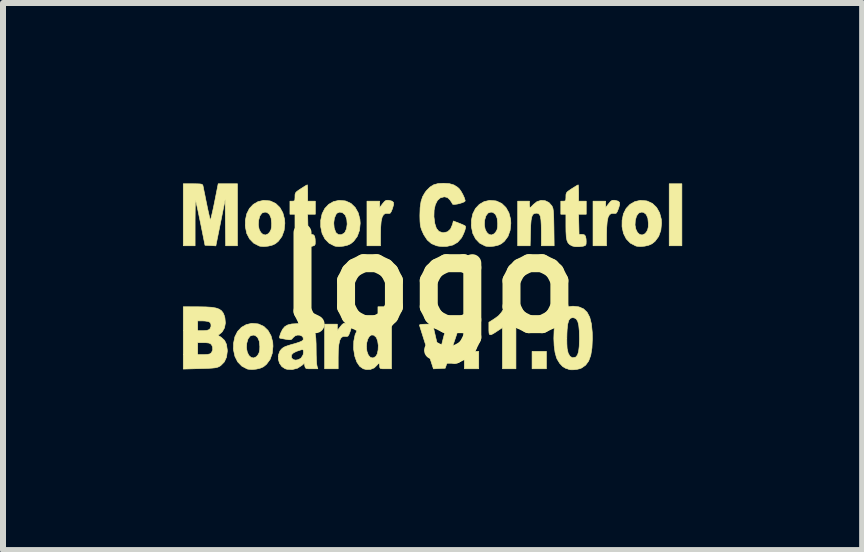
<source format=kicad_pcb>
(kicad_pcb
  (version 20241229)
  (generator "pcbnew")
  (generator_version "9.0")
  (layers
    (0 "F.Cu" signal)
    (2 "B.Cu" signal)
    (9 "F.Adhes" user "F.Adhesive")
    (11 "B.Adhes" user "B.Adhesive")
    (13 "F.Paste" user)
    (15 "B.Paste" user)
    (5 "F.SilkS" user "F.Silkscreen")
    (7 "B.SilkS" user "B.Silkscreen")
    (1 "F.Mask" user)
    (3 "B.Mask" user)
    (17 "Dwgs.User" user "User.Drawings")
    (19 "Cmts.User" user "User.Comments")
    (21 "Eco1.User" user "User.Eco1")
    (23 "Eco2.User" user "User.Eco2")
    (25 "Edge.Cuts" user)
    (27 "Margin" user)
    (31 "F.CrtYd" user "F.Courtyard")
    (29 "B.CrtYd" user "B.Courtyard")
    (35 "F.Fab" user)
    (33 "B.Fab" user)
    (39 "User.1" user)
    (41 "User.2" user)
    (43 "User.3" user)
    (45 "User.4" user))
  (footprint "logo"
    (layer "F.Cu")
    (at 4.097 1.664)
    (property "Reference" "logo" (at 0 0 0) (layer "F.SilkS") (effects (font (size 1.524 1.524) (thickness 0.3))))
    (attr through_hole)
    (fp_poly (pts (xy 0.833 1.433) (xy 0.593 1.433) (xy 0.593 1.143) (xy 0.833 1.143) (xy 0.833 1.433)) (stroke (width 0.01) (type solid)) (fill yes) (layer "F.SilkS"))
    (fp_poly (pts (xy 1.961 1.433) (xy 1.722 1.433) (xy 1.722 1.143) (xy 1.961 1.143) (xy 1.961 1.433)) (stroke (width 0.01) (type solid)) (fill yes) (layer "F.SilkS"))
    (fp_poly (pts (xy 4.219 -0.617) (xy 4.008 -0.617) (xy 4.008 -1.651) (xy 4.219 -1.651) (xy 4.219 -0.617)) (stroke (width 0.01) (type solid)) (fill yes) (layer "F.SilkS"))
    (fp_poly (pts (xy 1.453 1.433) (xy 1.228 1.433) (xy 1.228 0.747) (xy 1.135 0.809) (xy 1.076 0.847) (xy 1.038 0.866) (xy 1.016 0.864) (xy 1.005 0.841) (xy 1.002 0.794) (xy 1.002 0.764) (xy 1.002 0.658) (xy 1.095 0.599) (xy 1.163 0.549) (xy 1.212 0.493) (xy 1.232 0.461) (xy 1.275 0.381) (xy 1.453 0.381) (xy 1.453 1.433)) (stroke (width 0.01) (type solid)) (fill yes) (layer "F.SilkS"))
    (fp_poly (pts (xy -1.367 0.677) (xy -1.318 0.689) (xy -1.293 0.71) (xy -1.291 0.747) (xy -1.308 0.805) (xy -1.311 0.813) (xy -1.331 0.864) (xy -1.348 0.889) (xy -1.368 0.895) (xy -1.382 0.893) (xy -1.426 0.893) (xy -1.46 0.914) (xy -1.484 0.959) (xy -1.499 1.03) (xy -1.508 1.132) (xy -1.51 1.247) (xy -1.51 1.433) (xy -1.736 1.433) (xy -1.736 0.689) (xy -1.524 0.689) (xy -1.524 0.795) (xy -1.474 0.731) (xy -1.441 0.692) (xy -1.415 0.675) (xy -1.382 0.674) (xy -1.367 0.677)) (stroke (width 0.01) (type solid)) (fill yes) (layer "F.SilkS"))
    (fp_poly (pts (xy -0.661 -1.374) (xy -0.612 -1.361) (xy -0.588 -1.34) (xy -0.586 -1.303) (xy -0.603 -1.245) (xy -0.605 -1.237) (xy -0.626 -1.186) (xy -0.643 -1.161) (xy -0.663 -1.155) (xy -0.677 -1.157) (xy -0.721 -1.157) (xy -0.754 -1.136) (xy -0.778 -1.092) (xy -0.794 -1.02) (xy -0.802 -0.918) (xy -0.804 -0.803) (xy -0.804 -0.617) (xy -1.03 -0.617) (xy -1.03 -1.361) (xy -0.818 -1.361) (xy -0.818 -1.255) (xy -0.769 -1.319) (xy -0.736 -1.358) (xy -0.709 -1.375) (xy -0.677 -1.376) (xy -0.661 -1.374)) (stroke (width 0.01) (type solid)) (fill yes) (layer "F.SilkS"))
    (fp_poly (pts (xy 3.107 -1.374) (xy 3.156 -1.361) (xy 3.18 -1.34) (xy 3.182 -1.303) (xy 3.165 -1.245) (xy 3.162 -1.237) (xy 3.142 -1.186) (xy 3.125 -1.161) (xy 3.105 -1.155) (xy 3.091 -1.157) (xy 3.047 -1.157) (xy 3.013 -1.136) (xy 2.989 -1.092) (xy 2.974 -1.02) (xy 2.966 -0.918) (xy 2.963 -0.803) (xy 2.963 -0.617) (xy 2.738 -0.617) (xy 2.738 -1.361) (xy 2.949 -1.361) (xy 2.949 -1.255) (xy 2.999 -1.319) (xy 3.032 -1.358) (xy 3.059 -1.375) (xy 3.091 -1.376) (xy 3.107 -1.374)) (stroke (width 0.01) (type solid)) (fill yes) (layer "F.SilkS"))
    (fp_poly (pts (xy 0.119 0.925) (xy 0.14 1.011) (xy 0.157 1.083) (xy 0.17 1.135) (xy 0.177 1.16) (xy 0.178 1.161) (xy 0.183 1.145) (xy 0.196 1.1) (xy 0.214 1.034) (xy 0.235 0.952) (xy 0.242 0.925) (xy 0.303 0.689) (xy 0.521 0.689) (xy 0.477 0.821) (xy 0.455 0.889) (xy 0.425 0.978) (xy 0.391 1.079) (xy 0.357 1.179) (xy 0.354 1.188) (xy 0.274 1.424) (xy 0.176 1.429) (xy 0.078 1.434) (xy -0.039 1.075) (xy -0.073 0.968) (xy -0.103 0.873) (xy -0.128 0.794) (xy -0.146 0.737) (xy -0.155 0.706) (xy -0.155 0.703) (xy -0.142 0.696) (xy -0.108 0.692) (xy -0.059 0.69) (xy -0.045 0.689) (xy 0.065 0.689) (xy 0.119 0.925)) (stroke (width 0.01) (type solid)) (fill yes) (layer "F.SilkS"))
    (fp_poly (pts (xy 1.941 -1.368) (xy 2.003 -1.338) (xy 2.052 -1.282) (xy 2.063 -1.26) (xy 2.071 -1.235) (xy 2.076 -1.199) (xy 2.08 -1.147) (xy 2.083 -1.073) (xy 2.085 -0.971) (xy 2.086 -0.924) (xy 2.09 -0.617) (xy 1.877 -0.617) (xy 1.877 -0.849) (xy 1.875 -0.964) (xy 1.87 -1.048) (xy 1.861 -1.105) (xy 1.845 -1.14) (xy 1.822 -1.157) (xy 1.793 -1.161) (xy 1.76 -1.156) (xy 1.735 -1.138) (xy 1.718 -1.102) (xy 1.706 -1.044) (xy 1.699 -0.958) (xy 1.696 -0.852) (xy 1.69 -0.617) (xy 1.482 -0.617) (xy 1.482 -1.361) (xy 1.679 -1.361) (xy 1.679 -1.306) (xy 1.682 -1.268) (xy 1.688 -1.252) (xy 1.688 -1.252) (xy 1.703 -1.263) (xy 1.73 -1.29) (xy 1.744 -1.305) (xy 1.804 -1.353) (xy 1.872 -1.374) (xy 1.941 -1.368)) (stroke (width 0.01) (type solid)) (fill yes) (layer "F.SilkS"))
    (fp_poly (pts (xy -2.022 -1.616) (xy -2.019 -1.572) (xy -2.018 -1.509) (xy -2.018 -1.497) (xy -2.018 -1.361) (xy -1.891 -1.361) (xy -1.891 -1.143) (xy -2.019 -1.143) (xy -2.015 -0.975) (xy -2.011 -0.807) (xy -1.961 -0.807) (xy -1.924 -0.801) (xy -1.903 -0.778) (xy -1.894 -0.73) (xy -1.892 -0.687) (xy -1.893 -0.644) (xy -1.905 -0.623) (xy -1.936 -0.612) (xy -1.944 -0.61) (xy -2.012 -0.602) (xy -2.076 -0.603) (xy -2.124 -0.614) (xy -2.165 -0.636) (xy -2.194 -0.665) (xy -2.213 -0.708) (xy -2.224 -0.77) (xy -2.229 -0.858) (xy -2.23 -0.942) (xy -2.23 -1.143) (xy -2.314 -1.143) (xy -2.314 -1.361) (xy -2.272 -1.361) (xy -2.245 -1.364) (xy -2.233 -1.379) (xy -2.23 -1.418) (xy -2.23 -1.433) (xy -2.229 -1.47) (xy -2.222 -1.496) (xy -2.204 -1.518) (xy -2.171 -1.543) (xy -2.131 -1.569) (xy -2.084 -1.599) (xy -2.047 -1.622) (xy -2.027 -1.632) (xy -2.025 -1.633) (xy -2.022 -1.616)) (stroke (width 0.01) (type solid)) (fill yes) (layer "F.SilkS"))
    (fp_poly (pts (xy 2.494 -1.616) (xy 2.496 -1.572) (xy 2.498 -1.509) (xy 2.498 -1.497) (xy 2.498 -1.361) (xy 2.625 -1.361) (xy 2.625 -1.143) (xy 2.497 -1.143) (xy 2.501 -0.975) (xy 2.505 -0.807) (xy 2.554 -0.807) (xy 2.591 -0.801) (xy 2.612 -0.778) (xy 2.622 -0.73) (xy 2.624 -0.687) (xy 2.622 -0.644) (xy 2.61 -0.623) (xy 2.58 -0.612) (xy 2.572 -0.61) (xy 2.504 -0.602) (xy 2.439 -0.603) (xy 2.392 -0.614) (xy 2.351 -0.636) (xy 2.322 -0.665) (xy 2.303 -0.708) (xy 2.292 -0.77) (xy 2.287 -0.858) (xy 2.286 -0.942) (xy 2.286 -1.143) (xy 2.201 -1.143) (xy 2.201 -1.361) (xy 2.244 -1.361) (xy 2.271 -1.364) (xy 2.283 -1.379) (xy 2.286 -1.418) (xy 2.286 -1.433) (xy 2.287 -1.47) (xy 2.294 -1.496) (xy 2.311 -1.518) (xy 2.345 -1.543) (xy 2.384 -1.569) (xy 2.432 -1.599) (xy 2.469 -1.622) (xy 2.489 -1.632) (xy 2.49 -1.633) (xy 2.494 -1.616)) (stroke (width 0.01) (type solid)) (fill yes) (layer "F.SilkS"))
    (fp_poly (pts (xy -2.852 0.684) (xy -2.834 0.688) (xy -2.748 0.728) (xy -2.679 0.795) (xy -2.629 0.884) (xy -2.601 0.99) (xy -2.597 1.057) (xy -2.609 1.176) (xy -2.645 1.277) (xy -2.705 1.358) (xy -2.756 1.4) (xy -2.809 1.423) (xy -2.877 1.439) (xy -2.948 1.445) (xy -3.01 1.44) (xy -3.027 1.436) (xy -3.116 1.389) (xy -3.185 1.318) (xy -3.231 1.227) (xy -3.255 1.117) (xy -3.255 1.088) (xy -3.039 1.088) (xy -3.025 1.157) (xy -2.999 1.21) (xy -2.962 1.244) (xy -2.92 1.253) (xy -2.876 1.234) (xy -2.85 1.206) (xy -2.829 1.168) (xy -2.818 1.121) (xy -2.816 1.061) (xy -2.825 0.974) (xy -2.852 0.911) (xy -2.894 0.877) (xy -2.928 0.871) (xy -2.977 0.887) (xy -3.013 0.935) (xy -3.034 1.007) (xy -3.039 1.088) (xy -3.255 1.088) (xy -3.254 1.007) (xy -3.232 0.9) (xy -3.187 0.811) (xy -3.123 0.743) (xy -3.043 0.697) (xy -2.952 0.676) (xy -2.852 0.684)) (stroke (width 0.01) (type solid)) (fill yes) (layer "F.SilkS"))
    (fp_poly (pts (xy -2.654 -1.366) (xy -2.636 -1.362) (xy -2.551 -1.322) (xy -2.482 -1.255) (xy -2.432 -1.166) (xy -2.404 -1.06) (xy -2.399 -0.993) (xy -2.411 -0.874) (xy -2.448 -0.773) (xy -2.508 -0.692) (xy -2.558 -0.651) (xy -2.611 -0.627) (xy -2.679 -0.611) (xy -2.751 -0.605) (xy -2.813 -0.61) (xy -2.829 -0.615) (xy -2.918 -0.661) (xy -2.987 -0.732) (xy -3.034 -0.823) (xy -3.057 -0.933) (xy -3.057 -0.963) (xy -2.841 -0.963) (xy -2.828 -0.893) (xy -2.801 -0.84) (xy -2.764 -0.806) (xy -2.722 -0.797) (xy -2.678 -0.816) (xy -2.652 -0.844) (xy -2.631 -0.882) (xy -2.621 -0.929) (xy -2.619 -0.989) (xy -2.628 -1.077) (xy -2.654 -1.139) (xy -2.696 -1.173) (xy -2.731 -1.179) (xy -2.78 -1.163) (xy -2.815 -1.115) (xy -2.836 -1.043) (xy -2.841 -0.963) (xy -3.057 -0.963) (xy -3.057 -1.043) (xy -3.034 -1.15) (xy -2.989 -1.239) (xy -2.925 -1.307) (xy -2.846 -1.353) (xy -2.754 -1.374) (xy -2.654 -1.366)) (stroke (width 0.01) (type solid)) (fill yes) (layer "F.SilkS"))
    (fp_poly (pts (xy 1.113 -1.366) (xy 1.131 -1.362) (xy 1.217 -1.322) (xy 1.286 -1.255) (xy 1.336 -1.166) (xy 1.364 -1.06) (xy 1.368 -0.993) (xy 1.356 -0.874) (xy 1.32 -0.773) (xy 1.26 -0.692) (xy 1.209 -0.651) (xy 1.157 -0.627) (xy 1.088 -0.611) (xy 1.017 -0.605) (xy 0.955 -0.61) (xy 0.938 -0.615) (xy 0.849 -0.661) (xy 0.781 -0.732) (xy 0.734 -0.823) (xy 0.711 -0.933) (xy 0.711 -0.963) (xy 0.927 -0.963) (xy 0.94 -0.893) (xy 0.967 -0.84) (xy 1.003 -0.806) (xy 1.045 -0.797) (xy 1.089 -0.816) (xy 1.115 -0.844) (xy 1.137 -0.882) (xy 1.147 -0.929) (xy 1.149 -0.989) (xy 1.14 -1.077) (xy 1.114 -1.139) (xy 1.071 -1.173) (xy 1.037 -1.179) (xy 0.988 -1.163) (xy 0.952 -1.115) (xy 0.931 -1.043) (xy 0.927 -0.963) (xy 0.711 -0.963) (xy 0.711 -1.043) (xy 0.734 -1.15) (xy 0.779 -1.239) (xy 0.843 -1.307) (xy 0.922 -1.353) (xy 1.013 -1.374) (xy 1.113 -1.366)) (stroke (width 0.01) (type solid)) (fill yes) (layer "F.SilkS"))
    (fp_poly (pts (xy 3.625 -1.366) (xy 3.643 -1.362) (xy 3.729 -1.322) (xy 3.798 -1.255) (xy 3.848 -1.166) (xy 3.876 -1.06) (xy 3.88 -0.993) (xy 3.868 -0.874) (xy 3.832 -0.773) (xy 3.772 -0.692) (xy 3.721 -0.651) (xy 3.668 -0.627) (xy 3.6 -0.611) (xy 3.529 -0.605) (xy 3.467 -0.61) (xy 3.45 -0.615) (xy 3.361 -0.661) (xy 3.292 -0.732) (xy 3.246 -0.823) (xy 3.222 -0.933) (xy 3.222 -0.963) (xy 3.438 -0.963) (xy 3.452 -0.893) (xy 3.478 -0.84) (xy 3.515 -0.806) (xy 3.557 -0.797) (xy 3.601 -0.816) (xy 3.627 -0.844) (xy 3.648 -0.882) (xy 3.659 -0.929) (xy 3.661 -0.989) (xy 3.652 -1.077) (xy 3.625 -1.139) (xy 3.583 -1.173) (xy 3.549 -1.179) (xy 3.5 -1.163) (xy 3.464 -1.115) (xy 3.443 -1.043) (xy 3.438 -0.963) (xy 3.222 -0.963) (xy 3.223 -1.043) (xy 3.245 -1.15) (xy 3.29 -1.239) (xy 3.354 -1.307) (xy 3.434 -1.353) (xy 3.525 -1.374) (xy 3.625 -1.366)) (stroke (width 0.01) (type solid)) (fill yes) (layer "F.SilkS"))
    (fp_poly (pts (xy -1.398 -1.366) (xy -1.38 -1.362) (xy -1.295 -1.322) (xy -1.226 -1.255) (xy -1.176 -1.166) (xy -1.148 -1.06) (xy -1.143 -0.993) (xy -1.155 -0.874) (xy -1.192 -0.773) (xy -1.252 -0.692) (xy -1.302 -0.651) (xy -1.355 -0.627) (xy -1.423 -0.611) (xy -1.495 -0.605) (xy -1.557 -0.61) (xy -1.573 -0.615) (xy -1.662 -0.661) (xy -1.731 -0.732) (xy -1.778 -0.823) (xy -1.801 -0.933) (xy -1.801 -0.998) (xy -1.584 -0.998) (xy -1.577 -0.916) (xy -1.552 -0.845) (xy -1.543 -0.832) (xy -1.506 -0.803) (xy -1.459 -0.801) (xy -1.414 -0.825) (xy -1.396 -0.844) (xy -1.37 -0.904) (xy -1.36 -0.979) (xy -1.366 -1.055) (xy -1.388 -1.12) (xy -1.396 -1.133) (xy -1.438 -1.169) (xy -1.485 -1.179) (xy -1.529 -1.161) (xy -1.544 -1.144) (xy -1.573 -1.078) (xy -1.584 -0.998) (xy -1.801 -0.998) (xy -1.801 -1.043) (xy -1.778 -1.15) (xy -1.733 -1.239) (xy -1.669 -1.307) (xy -1.59 -1.353) (xy -1.498 -1.374) (xy -1.398 -1.366)) (stroke (width 0.01) (type solid)) (fill yes) (layer "F.SilkS"))
    (fp_poly (pts (xy -3.861 -1.65) (xy -3.814 -1.648) (xy -3.786 -1.643) (xy -3.771 -1.634) (xy -3.764 -1.62) (xy -3.764 -1.619) (xy -3.758 -1.591) (xy -3.747 -1.535) (xy -3.731 -1.458) (xy -3.713 -1.367) (xy -3.704 -1.324) (xy -3.685 -1.231) (xy -3.667 -1.151) (xy -3.653 -1.09) (xy -3.644 -1.054) (xy -3.642 -1.048) (xy -3.635 -1.06) (xy -3.624 -1.102) (xy -3.608 -1.169) (xy -3.589 -1.255) (xy -3.571 -1.343) (xy -3.51 -1.651) (xy -3.189 -1.651) (xy -3.189 -0.617) (xy -3.386 -0.617) (xy -3.39 -1.002) (xy -3.394 -1.388) (xy -3.471 -1.002) (xy -3.549 -0.616) (xy -3.639 -0.621) (xy -3.73 -0.626) (xy -3.804 -0.995) (xy -3.827 -1.105) (xy -3.847 -1.204) (xy -3.865 -1.284) (xy -3.878 -1.342) (xy -3.886 -1.372) (xy -3.887 -1.375) (xy -3.889 -1.36) (xy -3.891 -1.315) (xy -3.893 -1.244) (xy -3.894 -1.151) (xy -3.895 -1.043) (xy -3.895 -1.001) (xy -3.895 -0.617) (xy -4.092 -0.617) (xy -4.092 -1.651) (xy -3.932 -1.651) (xy -3.861 -1.65)) (stroke (width 0.01) (type solid)) (fill yes) (layer "F.SilkS"))
    (fp_poly (pts (xy -0.621 1.433) (xy -0.72 1.433) (xy -0.771 1.433) (xy -0.801 1.429) (xy -0.814 1.419) (xy -0.818 1.4) (xy -0.818 1.388) (xy -0.824 1.35) (xy -0.84 1.347) (xy -0.863 1.373) (xy -0.909 1.418) (xy -0.971 1.443) (xy -1.042 1.445) (xy -1.092 1.433) (xy -1.151 1.392) (xy -1.199 1.321) (xy -1.233 1.225) (xy -1.252 1.109) (xy -1.252 1.098) (xy -1.252 1.073) (xy -1.039 1.073) (xy -1.031 1.141) (xy -1.007 1.206) (xy -0.971 1.245) (xy -0.928 1.253) (xy -0.884 1.229) (xy -0.858 1.185) (xy -0.844 1.119) (xy -0.841 1.044) (xy -0.851 0.972) (xy -0.872 0.915) (xy -0.877 0.908) (xy -0.916 0.873) (xy -0.954 0.869) (xy -0.989 0.892) (xy -1.016 0.937) (xy -1.034 0.999) (xy -1.039 1.073) (xy -1.252 1.073) (xy -1.25 0.974) (xy -1.228 0.867) (xy -1.189 0.78) (xy -1.136 0.718) (xy -1.071 0.682) (xy -0.997 0.676) (xy -0.917 0.703) (xy -0.915 0.704) (xy -0.847 0.741) (xy -0.847 0.399) (xy -0.621 0.399) (xy -0.621 1.433)) (stroke (width 0.01) (type solid)) (fill yes) (layer "F.SilkS"))
    (fp_poly (pts (xy -3.835 0.4) (xy -3.716 0.402) (xy -3.621 0.408) (xy -3.549 0.42) (xy -3.494 0.439) (xy -3.455 0.466) (xy -3.427 0.503) (xy -3.407 0.551) (xy -3.398 0.584) (xy -3.39 0.671) (xy -3.405 0.751) (xy -3.442 0.816) (xy -3.465 0.838) (xy -3.514 0.875) (xy -3.457 0.911) (xy -3.404 0.96) (xy -3.372 1.026) (xy -3.359 1.116) (xy -3.358 1.139) (xy -3.371 1.238) (xy -3.408 1.319) (xy -3.469 1.381) (xy -3.479 1.387) (xy -3.502 1.4) (xy -3.529 1.41) (xy -3.564 1.417) (xy -3.612 1.422) (xy -3.678 1.426) (xy -3.765 1.429) (xy -3.814 1.43) (xy -4.092 1.438) (xy -4.092 0.998) (xy -3.852 0.998) (xy -3.852 1.197) (xy -3.751 1.197) (xy -3.689 1.194) (xy -3.648 1.185) (xy -3.624 1.167) (xy -3.601 1.12) (xy -3.604 1.067) (xy -3.622 1.031) (xy -3.641 1.013) (xy -3.67 1.003) (xy -3.718 0.998) (xy -3.749 0.998) (xy -3.852 0.998) (xy -4.092 0.998) (xy -4.092 0.635) (xy -3.852 0.635) (xy -3.852 0.798) (xy -3.762 0.798) (xy -3.7 0.794) (xy -3.662 0.781) (xy -3.649 0.77) (xy -3.629 0.726) (xy -3.632 0.682) (xy -3.654 0.654) (xy -3.682 0.644) (xy -3.728 0.637) (xy -3.767 0.635) (xy -3.852 0.635) (xy -4.092 0.635) (xy -4.092 0.399) (xy -3.835 0.4)) (stroke (width 0.01) (type solid)) (fill yes) (layer "F.SilkS"))
    (fp_poly (pts (xy 2.502 0.401) (xy 2.579 0.434) (xy 2.639 0.491) (xy 2.683 0.574) (xy 2.711 0.685) (xy 2.725 0.825) (xy 2.727 0.934) (xy 2.72 1.087) (xy 2.7 1.209) (xy 2.665 1.304) (xy 2.614 1.373) (xy 2.547 1.42) (xy 2.519 1.431) (xy 2.47 1.443) (xy 2.414 1.449) (xy 2.364 1.449) (xy 2.335 1.443) (xy 2.312 1.434) (xy 2.284 1.426) (xy 2.233 1.396) (xy 2.182 1.342) (xy 2.139 1.271) (xy 2.129 1.248) (xy 2.105 1.16) (xy 2.09 1.048) (xy 2.085 0.932) (xy 2.301 0.932) (xy 2.302 1.014) (xy 2.305 1.078) (xy 2.306 1.094) (xy 2.324 1.174) (xy 2.355 1.226) (xy 2.396 1.25) (xy 2.443 1.241) (xy 2.455 1.234) (xy 2.48 1.202) (xy 2.498 1.144) (xy 2.508 1.058) (xy 2.512 0.94) (xy 2.512 0.927) (xy 2.509 0.802) (xy 2.5 0.709) (xy 2.484 0.645) (xy 2.459 0.604) (xy 2.424 0.584) (xy 2.393 0.581) (xy 2.359 0.592) (xy 2.333 0.627) (xy 2.316 0.689) (xy 2.306 0.783) (xy 2.303 0.846) (xy 2.301 0.932) (xy 2.085 0.932) (xy 2.085 0.923) (xy 2.089 0.797) (xy 2.103 0.681) (xy 2.126 0.585) (xy 2.13 0.574) (xy 2.172 0.492) (xy 2.23 0.435) (xy 2.305 0.402) (xy 2.401 0.39) (xy 2.406 0.39) (xy 2.502 0.401)) (stroke (width 0.01) (type solid)) (fill yes) (layer "F.SilkS"))
    (fp_poly (pts (xy 0.343 -1.653) (xy 0.419 -1.631) (xy 0.481 -1.592) (xy 0.509 -1.566) (xy 0.538 -1.525) (xy 0.568 -1.472) (xy 0.593 -1.417) (xy 0.606 -1.374) (xy 0.607 -1.365) (xy 0.594 -1.351) (xy 0.562 -1.337) (xy 0.518 -1.323) (xy 0.472 -1.312) (xy 0.43 -1.307) (xy 0.403 -1.308) (xy 0.396 -1.313) (xy 0.383 -1.338) (xy 0.358 -1.375) (xy 0.352 -1.383) (xy 0.312 -1.421) (xy 0.265 -1.433) (xy 0.256 -1.433) (xy 0.194 -1.417) (xy 0.144 -1.372) (xy 0.109 -1.302) (xy 0.089 -1.211) (xy 0.086 -1.103) (xy 0.101 -0.987) (xy 0.127 -0.907) (xy 0.169 -0.857) (xy 0.228 -0.836) (xy 0.247 -0.835) (xy 0.312 -0.85) (xy 0.362 -0.895) (xy 0.394 -0.968) (xy 0.395 -0.969) (xy 0.41 -1.03) (xy 0.505 -0.994) (xy 0.554 -0.974) (xy 0.592 -0.957) (xy 0.61 -0.945) (xy 0.611 -0.945) (xy 0.613 -0.919) (xy 0.602 -0.874) (xy 0.581 -0.82) (xy 0.554 -0.765) (xy 0.542 -0.745) (xy 0.48 -0.675) (xy 0.402 -0.63) (xy 0.305 -0.608) (xy 0.291 -0.607) (xy 0.23 -0.606) (xy 0.171 -0.61) (xy 0.132 -0.617) (xy 0.045 -0.653) (xy -0.025 -0.714) (xy -0.083 -0.802) (xy -0.114 -0.871) (xy -0.131 -0.918) (xy -0.141 -0.966) (xy -0.146 -1.027) (xy -0.148 -1.113) (xy -0.148 -1.125) (xy -0.144 -1.253) (xy -0.129 -1.354) (xy -0.102 -1.437) (xy -0.06 -1.508) (xy -0.037 -1.538) (xy 0.021 -1.596) (xy 0.082 -1.634) (xy 0.155 -1.654) (xy 0.246 -1.659) (xy 0.247 -1.659) (xy 0.343 -1.653)) (stroke (width 0.01) (type solid)) (fill yes) (layer "F.SilkS"))
    (fp_poly (pts (xy -2.102 0.682) (xy -2.051 0.686) (xy -2.015 0.695) (xy -1.986 0.71) (xy -1.976 0.717) (xy -1.938 0.751) (xy -1.912 0.792) (xy -1.893 0.846) (xy -1.883 0.92) (xy -1.878 1.019) (xy -1.877 1.11) (xy -1.876 1.202) (xy -1.873 1.285) (xy -1.869 1.349) (xy -1.863 1.386) (xy -1.863 1.387) (xy -1.849 1.433) (xy -1.953 1.433) (xy -2.007 1.433) (xy -2.039 1.429) (xy -2.055 1.419) (xy -2.063 1.4) (xy -2.066 1.387) (xy -2.075 1.341) (xy -2.114 1.376) (xy -2.189 1.424) (xy -2.276 1.446) (xy -2.364 1.441) (xy -2.394 1.432) (xy -2.449 1.396) (xy -2.488 1.34) (xy -2.508 1.274) (xy -2.507 1.232) (xy -2.291 1.232) (xy -2.285 1.254) (xy -2.26 1.28) (xy -2.219 1.289) (xy -2.173 1.281) (xy -2.131 1.256) (xy -2.126 1.251) (xy -2.095 1.201) (xy -2.088 1.159) (xy -2.091 1.123) (xy -2.105 1.113) (xy -2.127 1.117) (xy -2.206 1.143) (xy -2.258 1.17) (xy -2.286 1.199) (xy -2.291 1.232) (xy -2.507 1.232) (xy -2.506 1.205) (xy -2.482 1.14) (xy -2.472 1.125) (xy -2.452 1.102) (xy -2.429 1.083) (xy -2.399 1.066) (xy -2.356 1.05) (xy -2.296 1.031) (xy -2.213 1.008) (xy -2.211 1.007) (xy -2.154 0.988) (xy -2.113 0.969) (xy -2.093 0.952) (xy -2.093 0.951) (xy -2.093 0.914) (xy -2.114 0.888) (xy -2.148 0.873) (xy -2.189 0.871) (xy -2.229 0.885) (xy -2.262 0.914) (xy -2.281 0.937) (xy -2.3 0.948) (xy -2.33 0.949) (xy -2.377 0.942) (xy -2.385 0.941) (xy -2.433 0.932) (xy -2.471 0.925) (xy -2.487 0.92) (xy -2.488 0.903) (xy -2.477 0.865) (xy -2.466 0.834) (xy -2.436 0.774) (xy -2.399 0.73) (xy -2.35 0.702) (xy -2.284 0.686) (xy -2.196 0.681) (xy -2.173 0.68) (xy -2.102 0.682)) (stroke (width 0.01) (type solid)) (fill yes) (layer "F.SilkS")))
  (gr_rect
    (start -3 -3)
    (end 11.321 6.119)
    (stroke (width 0.1) (type default))
    (fill no)
    (layer "Edge.Cuts")))
</source>
